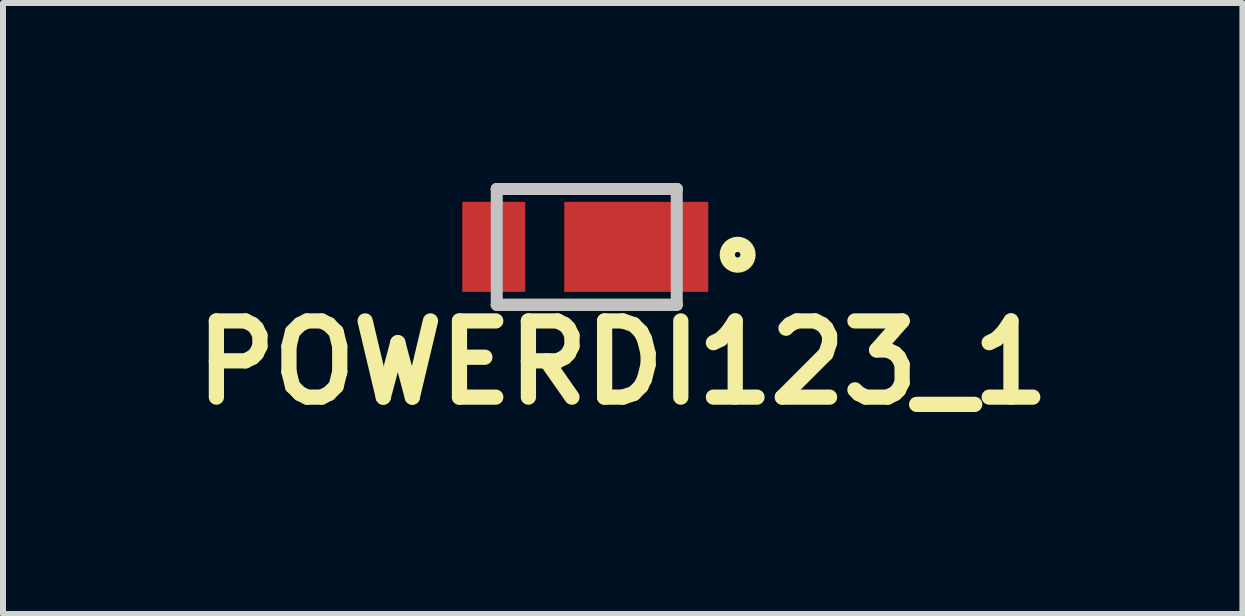
<source format=kicad_pcb>
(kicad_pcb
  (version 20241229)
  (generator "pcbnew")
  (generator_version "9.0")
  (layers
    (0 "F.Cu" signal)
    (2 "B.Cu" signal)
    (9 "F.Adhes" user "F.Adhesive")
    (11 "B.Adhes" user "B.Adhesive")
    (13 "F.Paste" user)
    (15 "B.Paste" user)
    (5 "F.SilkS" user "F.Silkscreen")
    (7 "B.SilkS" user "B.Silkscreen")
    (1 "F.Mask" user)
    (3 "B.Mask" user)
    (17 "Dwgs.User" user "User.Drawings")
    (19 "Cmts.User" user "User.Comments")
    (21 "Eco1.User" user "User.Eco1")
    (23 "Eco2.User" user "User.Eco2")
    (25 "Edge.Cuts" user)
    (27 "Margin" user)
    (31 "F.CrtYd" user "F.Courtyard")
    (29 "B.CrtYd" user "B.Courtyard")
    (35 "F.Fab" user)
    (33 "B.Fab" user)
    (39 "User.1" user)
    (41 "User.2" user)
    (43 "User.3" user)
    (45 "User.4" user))
  (footprint "POWERDI123_1"
    (layer "F.Cu")
    (at 6.73 1.065)
    (property "Reference" "POWERDI123_1" (at 0.6 1.93 0) (layer "F.SilkS") (effects (font (size 1.27 1.27) (thickness 0.254))))
    (attr smd)
    (fp_line (start 1.5 -0.965) (end -1.5 -0.965) (stroke (width 0.2) (type solid)) (layer "F.SilkS"))
    (fp_line (start 1.5 0.965) (end -1.5 0.965) (stroke (width 0.2) (type solid)) (layer "F.SilkS"))
    (fp_circle (center 2.515 0.131) (end 2.469 0.131) (stroke (width 0.254) (type solid)) (fill no) (layer "F.SilkS"))
    (fp_line (start -1.5 -0.965) (end 1.5 -0.965) (stroke (width 0.2) (type solid)) (layer "Dwgs.User"))
    (fp_line (start -1.5 0.965) (end -1.5 -0.965) (stroke (width 0.2) (type solid)) (layer "Dwgs.User"))
    (fp_line (start 1.5 -0.965) (end 1.5 0.965) (stroke (width 0.2) (type solid)) (layer "Dwgs.User"))
    (fp_line (start 1.5 0.965) (end -1.5 0.965) (stroke (width 0.2) (type solid)) (layer "Dwgs.User"))
    (pad "1" smd rect (at 0.825 0 90) (size 1.5 2.4) (layers "F.Cu" "F.Mask" "F.Paste"))
    (pad "2" smd rect (at -1.55 0) (size 1.05 1.5) (layers "F.Cu" "F.Mask" "F.Paste")))
  (gr_rect
    (start -3 -3)
    (end 17.659 7.184)
    (stroke (width 0.1) (type default))
    (fill no)
    (layer "Edge.Cuts")))
</source>
